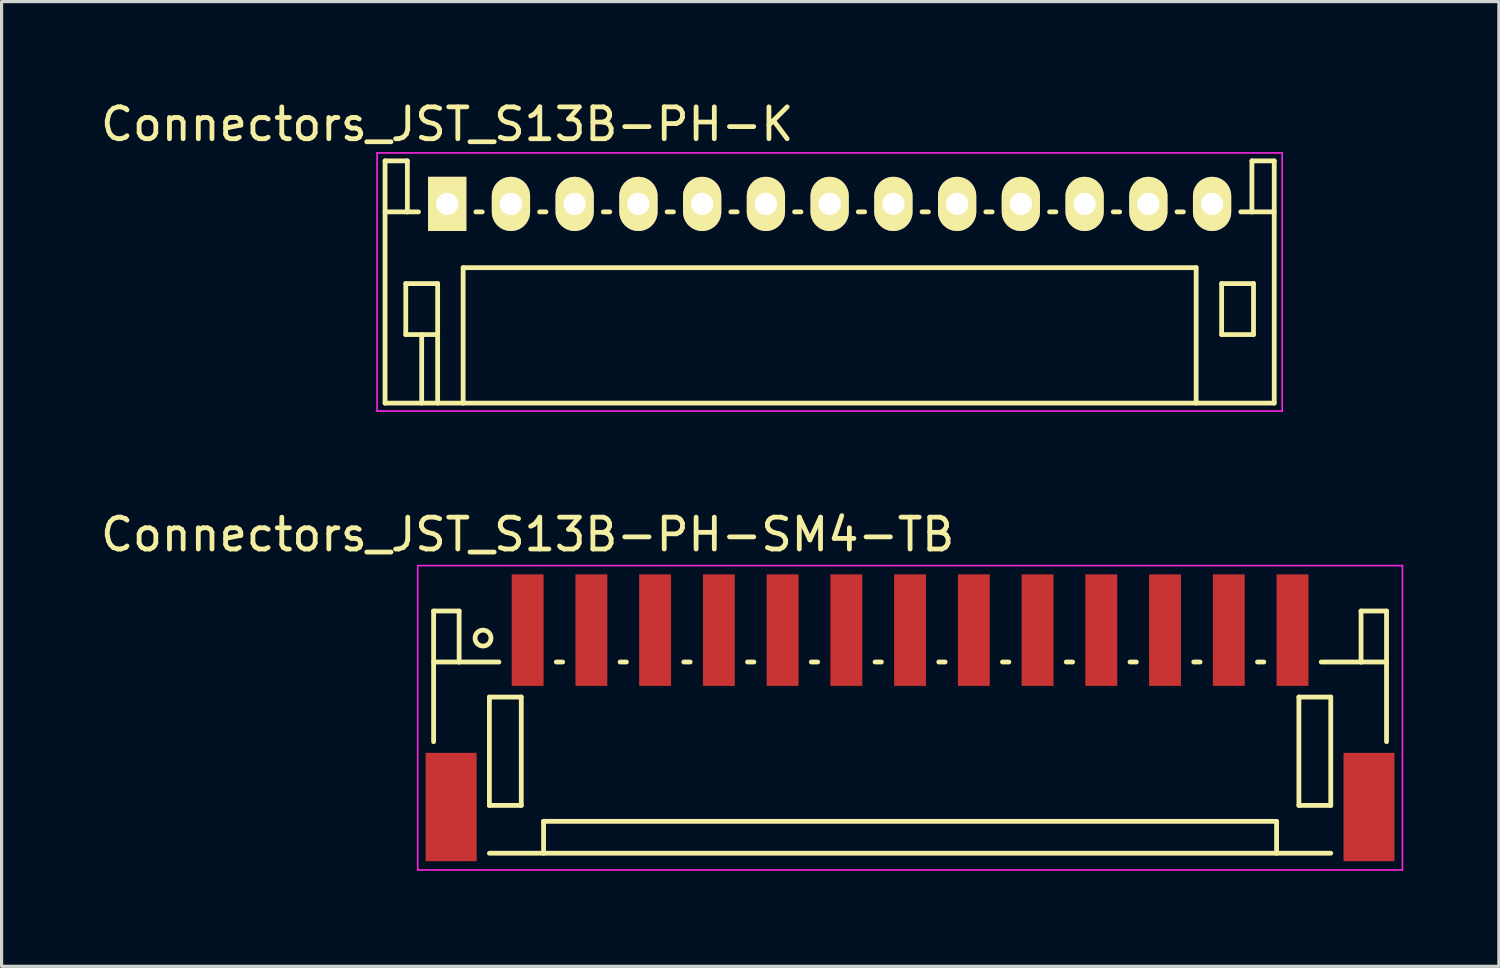
<source format=kicad_pcb>
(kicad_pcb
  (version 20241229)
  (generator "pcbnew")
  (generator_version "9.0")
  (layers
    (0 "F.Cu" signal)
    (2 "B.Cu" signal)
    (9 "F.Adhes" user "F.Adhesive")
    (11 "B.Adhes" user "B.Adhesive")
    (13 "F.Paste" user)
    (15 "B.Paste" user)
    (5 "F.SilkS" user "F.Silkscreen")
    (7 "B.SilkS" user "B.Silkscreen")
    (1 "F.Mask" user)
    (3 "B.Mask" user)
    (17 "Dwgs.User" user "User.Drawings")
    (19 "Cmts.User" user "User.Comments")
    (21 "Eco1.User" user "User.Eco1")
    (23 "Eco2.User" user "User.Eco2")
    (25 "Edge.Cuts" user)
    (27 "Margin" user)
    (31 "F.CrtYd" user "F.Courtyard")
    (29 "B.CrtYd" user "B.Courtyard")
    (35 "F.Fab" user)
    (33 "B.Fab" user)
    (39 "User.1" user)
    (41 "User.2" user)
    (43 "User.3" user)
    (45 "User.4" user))
  (footprint "Connectors_JST_S13B-PH-K"
    (layer "F.Cu")
    (at 10.982 3.348)
    (property "Reference" "Connectors_JST_S13B-PH-K" (at 0 -2.5 0) (layer "F.SilkS") (effects (font (size 1 1) (thickness 0.15))))
    (attr through_hole)
    (fp_line (start -1.95 -1.35) (end -1.95 6.25) (stroke (width 0.15) (type solid)) (layer "F.SilkS"))
    (fp_line (start -1.95 0.25) (end -1.25 0.25) (stroke (width 0.15) (type solid)) (layer "F.SilkS"))
    (fp_line (start -1.95 6.25) (end 25.95 6.25) (stroke (width 0.15) (type solid)) (layer "F.SilkS"))
    (fp_line (start -1.3 2.5) (end -1.3 4.1) (stroke (width 0.15) (type solid)) (layer "F.SilkS"))
    (fp_line (start -1.3 4.1) (end -0.3 4.1) (stroke (width 0.15) (type solid)) (layer "F.SilkS"))
    (fp_line (start -1.25 -1.35) (end -1.95 -1.35) (stroke (width 0.15) (type solid)) (layer "F.SilkS"))
    (fp_line (start -1.25 0.25) (end -1.25 -1.35) (stroke (width 0.15) (type solid)) (layer "F.SilkS"))
    (fp_line (start -0.9 0.25) (end -1.25 0.25) (stroke (width 0.15) (type solid)) (layer "F.SilkS"))
    (fp_line (start -0.8 4.1) (end -0.8 6.25) (stroke (width 0.15) (type solid)) (layer "F.SilkS"))
    (fp_line (start -0.3 2.5) (end -1.3 2.5) (stroke (width 0.15) (type solid)) (layer "F.SilkS"))
    (fp_line (start -0.3 4.1) (end -0.3 2.5) (stroke (width 0.15) (type solid)) (layer "F.SilkS"))
    (fp_line (start -0.3 4.1) (end -0.3 6.25) (stroke (width 0.15) (type solid)) (layer "F.SilkS"))
    (fp_line (start 0.5 2) (end 23.5 2) (stroke (width 0.15) (type solid)) (layer "F.SilkS"))
    (fp_line (start 0.5 6.25) (end 0.5 2) (stroke (width 0.15) (type solid)) (layer "F.SilkS"))
    (fp_line (start 0.9 0.25) (end 1.1 0.25) (stroke (width 0.15) (type solid)) (layer "F.SilkS"))
    (fp_line (start 2.9 0.25) (end 3.1 0.25) (stroke (width 0.15) (type solid)) (layer "F.SilkS"))
    (fp_line (start 4.9 0.25) (end 5.1 0.25) (stroke (width 0.15) (type solid)) (layer "F.SilkS"))
    (fp_line (start 6.9 0.25) (end 7.1 0.25) (stroke (width 0.15) (type solid)) (layer "F.SilkS"))
    (fp_line (start 8.9 0.25) (end 9.1 0.25) (stroke (width 0.15) (type solid)) (layer "F.SilkS"))
    (fp_line (start 10.9 0.25) (end 11.1 0.25) (stroke (width 0.15) (type solid)) (layer "F.SilkS"))
    (fp_line (start 12.9 0.25) (end 13.1 0.25) (stroke (width 0.15) (type solid)) (layer "F.SilkS"))
    (fp_line (start 14.9 0.25) (end 15.1 0.25) (stroke (width 0.15) (type solid)) (layer "F.SilkS"))
    (fp_line (start 16.9 0.25) (end 17.1 0.25) (stroke (width 0.15) (type solid)) (layer "F.SilkS"))
    (fp_line (start 18.9 0.25) (end 19.1 0.25) (stroke (width 0.15) (type solid)) (layer "F.SilkS"))
    (fp_line (start 20.9 0.25) (end 21.1 0.25) (stroke (width 0.15) (type solid)) (layer "F.SilkS"))
    (fp_line (start 22.9 0.25) (end 23.1 0.25) (stroke (width 0.15) (type solid)) (layer "F.SilkS"))
    (fp_line (start 23.5 2) (end 23.5 6.25) (stroke (width 0.15) (type solid)) (layer "F.SilkS"))
    (fp_line (start 24.3 2.5) (end 25.3 2.5) (stroke (width 0.15) (type solid)) (layer "F.SilkS"))
    (fp_line (start 24.3 4.1) (end 24.3 2.5) (stroke (width 0.15) (type solid)) (layer "F.SilkS"))
    (fp_line (start 25.25 -1.35) (end 25.25 0.25) (stroke (width 0.15) (type solid)) (layer "F.SilkS"))
    (fp_line (start 25.25 0.25) (end 24.9 0.25) (stroke (width 0.15) (type solid)) (layer "F.SilkS"))
    (fp_line (start 25.3 2.5) (end 25.3 4.1) (stroke (width 0.15) (type solid)) (layer "F.SilkS"))
    (fp_line (start 25.3 4.1) (end 24.3 4.1) (stroke (width 0.15) (type solid)) (layer "F.SilkS"))
    (fp_line (start 25.95 -1.35) (end 25.25 -1.35) (stroke (width 0.15) (type solid)) (layer "F.SilkS"))
    (fp_line (start 25.95 0.25) (end 25.25 0.25) (stroke (width 0.15) (type solid)) (layer "F.SilkS"))
    (fp_line (start 25.95 6.25) (end 25.95 -1.35) (stroke (width 0.15) (type solid)) (layer "F.SilkS"))
    (fp_line (start -2.2 -1.6) (end 26.2 -1.6) (stroke (width 0.05) (type solid)) (layer "F.CrtYd"))
    (fp_line (start -2.2 6.5) (end -2.2 -1.6) (stroke (width 0.05) (type solid)) (layer "F.CrtYd"))
    (fp_line (start 26.2 -1.6) (end 26.2 6.5) (stroke (width 0.05) (type solid)) (layer "F.CrtYd"))
    (fp_line (start 26.2 6.5) (end -2.2 6.5) (stroke (width 0.05) (type solid)) (layer "F.CrtYd"))
    (pad "1" thru_hole rect (at 0 0) (size 1.2 1.7) (drill 0.7) (layers "*.Cu" "*.Mask" "F.SilkS"))
    (pad "2" thru_hole oval (at 2 0) (size 1.2 1.7) (drill 0.7) (layers "*.Cu" "*.Mask" "F.SilkS"))
    (pad "3" thru_hole oval (at 4 0) (size 1.2 1.7) (drill 0.7) (layers "*.Cu" "*.Mask" "F.SilkS"))
    (pad "4" thru_hole oval (at 6 0) (size 1.2 1.7) (drill 0.7) (layers "*.Cu" "*.Mask" "F.SilkS"))
    (pad "5" thru_hole oval (at 8 0) (size 1.2 1.7) (drill 0.7) (layers "*.Cu" "*.Mask" "F.SilkS"))
    (pad "6" thru_hole oval (at 10 0) (size 1.2 1.7) (drill 0.7) (layers "*.Cu" "*.Mask" "F.SilkS"))
    (pad "7" thru_hole oval (at 12 0) (size 1.2 1.7) (drill 0.7) (layers "*.Cu" "*.Mask" "F.SilkS"))
    (pad "8" thru_hole oval (at 14 0) (size 1.2 1.7) (drill 0.7) (layers "*.Cu" "*.Mask" "F.SilkS"))
    (pad "9" thru_hole oval (at 16 0) (size 1.2 1.7) (drill 0.7) (layers "*.Cu" "*.Mask" "F.SilkS"))
    (pad "10" thru_hole oval (at 18 0) (size 1.2 1.7) (drill 0.7) (layers "*.Cu" "*.Mask" "F.SilkS"))
    (pad "11" thru_hole oval (at 20 0) (size 1.2 1.7) (drill 0.7) (layers "*.Cu" "*.Mask" "F.SilkS"))
    (pad "12" thru_hole oval (at 22 0) (size 1.2 1.7) (drill 0.7) (layers "*.Cu" "*.Mask" "F.SilkS"))
    (pad "13" thru_hole oval (at 24 0) (size 1.2 1.7) (drill 0.7) (layers "*.Cu" "*.Mask" "F.SilkS")))
  (footprint "Connectors_JST_S13B-PH-SM4-TB"
    (layer "F.Cu")
    (at 25.506 19.497)
    (property "Reference" "Connectors_JST_S13B-PH-SM4-TB" (at -12 -5.775 0) (layer "F.SilkS") (effects (font (size 1 1) (thickness 0.15))))
    (attr smd)
    (fp_line (start -14.95 -3.375) (end -14.95 0.725) (stroke (width 0.15) (type solid)) (layer "F.SilkS"))
    (fp_line (start -14.15 -3.375) (end -14.95 -3.375) (stroke (width 0.15) (type solid)) (layer "F.SilkS"))
    (fp_line (start -14.15 -1.775) (end -14.95 -1.775) (stroke (width 0.15) (type solid)) (layer "F.SilkS"))
    (fp_line (start -14.15 -1.775) (end -14.15 -3.375) (stroke (width 0.15) (type solid)) (layer "F.SilkS"))
    (fp_line (start -13.2 -0.675) (end -13.2 2.725) (stroke (width 0.15) (type solid)) (layer "F.SilkS"))
    (fp_line (start -13.2 2.725) (end -12.2 2.725) (stroke (width 0.15) (type solid)) (layer "F.SilkS"))
    (fp_line (start -13.2 4.225) (end 13.2 4.225) (stroke (width 0.15) (type solid)) (layer "F.SilkS"))
    (fp_line (start -12.9 -1.775) (end -14.15 -1.775) (stroke (width 0.15) (type solid)) (layer "F.SilkS"))
    (fp_line (start -12.2 -0.675) (end -13.2 -0.675) (stroke (width 0.15) (type solid)) (layer "F.SilkS"))
    (fp_line (start -12.2 2.725) (end -12.2 -0.675) (stroke (width 0.15) (type solid)) (layer "F.SilkS"))
    (fp_line (start -11.5 3.225) (end 11.5 3.225) (stroke (width 0.15) (type solid)) (layer "F.SilkS"))
    (fp_line (start -11.5 4.225) (end -11.5 3.225) (stroke (width 0.15) (type solid)) (layer "F.SilkS"))
    (fp_line (start -11.1 -1.775) (end -10.9 -1.775) (stroke (width 0.15) (type solid)) (layer "F.SilkS"))
    (fp_line (start -9.1 -1.775) (end -8.9 -1.775) (stroke (width 0.15) (type solid)) (layer "F.SilkS"))
    (fp_line (start -7.1 -1.775) (end -6.9 -1.775) (stroke (width 0.15) (type solid)) (layer "F.SilkS"))
    (fp_line (start -5.1 -1.775) (end -4.9 -1.775) (stroke (width 0.15) (type solid)) (layer "F.SilkS"))
    (fp_line (start -3.1 -1.775) (end -2.9 -1.775) (stroke (width 0.15) (type solid)) (layer "F.SilkS"))
    (fp_line (start -1.1 -1.775) (end -0.9 -1.775) (stroke (width 0.15) (type solid)) (layer "F.SilkS"))
    (fp_line (start 0.9 -1.775) (end 1.1 -1.775) (stroke (width 0.15) (type solid)) (layer "F.SilkS"))
    (fp_line (start 2.9 -1.775) (end 3.1 -1.775) (stroke (width 0.15) (type solid)) (layer "F.SilkS"))
    (fp_line (start 4.9 -1.775) (end 5.1 -1.775) (stroke (width 0.15) (type solid)) (layer "F.SilkS"))
    (fp_line (start 6.9 -1.775) (end 7.1 -1.775) (stroke (width 0.15) (type solid)) (layer "F.SilkS"))
    (fp_line (start 8.9 -1.775) (end 9.1 -1.775) (stroke (width 0.15) (type solid)) (layer "F.SilkS"))
    (fp_line (start 10.9 -1.775) (end 11.1 -1.775) (stroke (width 0.15) (type solid)) (layer "F.SilkS"))
    (fp_line (start 11.5 3.225) (end 11.5 4.225) (stroke (width 0.15) (type solid)) (layer "F.SilkS"))
    (fp_line (start 12.2 -0.675) (end 13.2 -0.675) (stroke (width 0.15) (type solid)) (layer "F.SilkS"))
    (fp_line (start 12.2 2.725) (end 12.2 -0.675) (stroke (width 0.15) (type solid)) (layer "F.SilkS"))
    (fp_line (start 12.9 -1.775) (end 14.15 -1.775) (stroke (width 0.15) (type solid)) (layer "F.SilkS"))
    (fp_line (start 13.2 -0.675) (end 13.2 2.725) (stroke (width 0.15) (type solid)) (layer "F.SilkS"))
    (fp_line (start 13.2 2.725) (end 12.2 2.725) (stroke (width 0.15) (type solid)) (layer "F.SilkS"))
    (fp_line (start 14.15 -3.375) (end 14.95 -3.375) (stroke (width 0.15) (type solid)) (layer "F.SilkS"))
    (fp_line (start 14.15 -1.775) (end 14.15 -3.375) (stroke (width 0.15) (type solid)) (layer "F.SilkS"))
    (fp_line (start 14.15 -1.775) (end 14.95 -1.775) (stroke (width 0.15) (type solid)) (layer "F.SilkS"))
    (fp_line (start 14.95 -3.375) (end 14.95 0.725) (stroke (width 0.15) (type solid)) (layer "F.SilkS"))
    (fp_circle (center -13.4 -2.525) (end -13.15 -2.525) (stroke (width 0.15) (type solid)) (fill no) (layer "F.SilkS"))
    (fp_line (start -15.45 -4.8) (end 15.45 -4.8) (stroke (width 0.05) (type solid)) (layer "F.CrtYd"))
    (fp_line (start -15.45 4.75) (end -15.45 -4.8) (stroke (width 0.05) (type solid)) (layer "F.CrtYd"))
    (fp_line (start 15.45 -4.8) (end 15.45 4.75) (stroke (width 0.05) (type solid)) (layer "F.CrtYd"))
    (fp_line (start 15.45 4.75) (end -15.45 4.75) (stroke (width 0.05) (type solid)) (layer "F.CrtYd"))
    (pad "" smd rect (at -14.4 2.775) (size 1.6 3.4) (layers "F.Cu" "F.Mask" "F.Paste"))
    (pad "" smd rect (at 14.4 2.775) (size 1.6 3.4) (layers "F.Cu" "F.Mask" "F.Paste"))
    (pad "1" smd rect (at -12 -2.775) (size 1 3.5) (layers "F.Cu" "F.Mask" "F.Paste"))
    (pad "2" smd rect (at -10 -2.775) (size 1 3.5) (layers "F.Cu" "F.Mask" "F.Paste"))
    (pad "3" smd rect (at -8 -2.775) (size 1 3.5) (layers "F.Cu" "F.Mask" "F.Paste"))
    (pad "4" smd rect (at -6 -2.775) (size 1 3.5) (layers "F.Cu" "F.Mask" "F.Paste"))
    (pad "5" smd rect (at -4 -2.775) (size 1 3.5) (layers "F.Cu" "F.Mask" "F.Paste"))
    (pad "6" smd rect (at -2 -2.775) (size 1 3.5) (layers "F.Cu" "F.Mask" "F.Paste"))
    (pad "7" smd rect (at 0 -2.775) (size 1 3.5) (layers "F.Cu" "F.Mask" "F.Paste"))
    (pad "8" smd rect (at 2 -2.775) (size 1 3.5) (layers "F.Cu" "F.Mask" "F.Paste"))
    (pad "9" smd rect (at 4 -2.775) (size 1 3.5) (layers "F.Cu" "F.Mask" "F.Paste"))
    (pad "10" smd rect (at 6 -2.775) (size 1 3.5) (layers "F.Cu" "F.Mask" "F.Paste"))
    (pad "11" smd rect (at 8 -2.775) (size 1 3.5) (layers "F.Cu" "F.Mask" "F.Paste"))
    (pad "12" smd rect (at 10 -2.775) (size 1 3.5) (layers "F.Cu" "F.Mask" "F.Paste"))
    (pad "13" smd rect (at 12 -2.775) (size 1 3.5) (layers "F.Cu" "F.Mask" "F.Paste")))
  (gr_rect
    (start -3 -3)
    (end 43.981 27.271)
    (stroke (width 0.1) (type default))
    (fill no)
    (layer "Edge.Cuts")))
</source>
